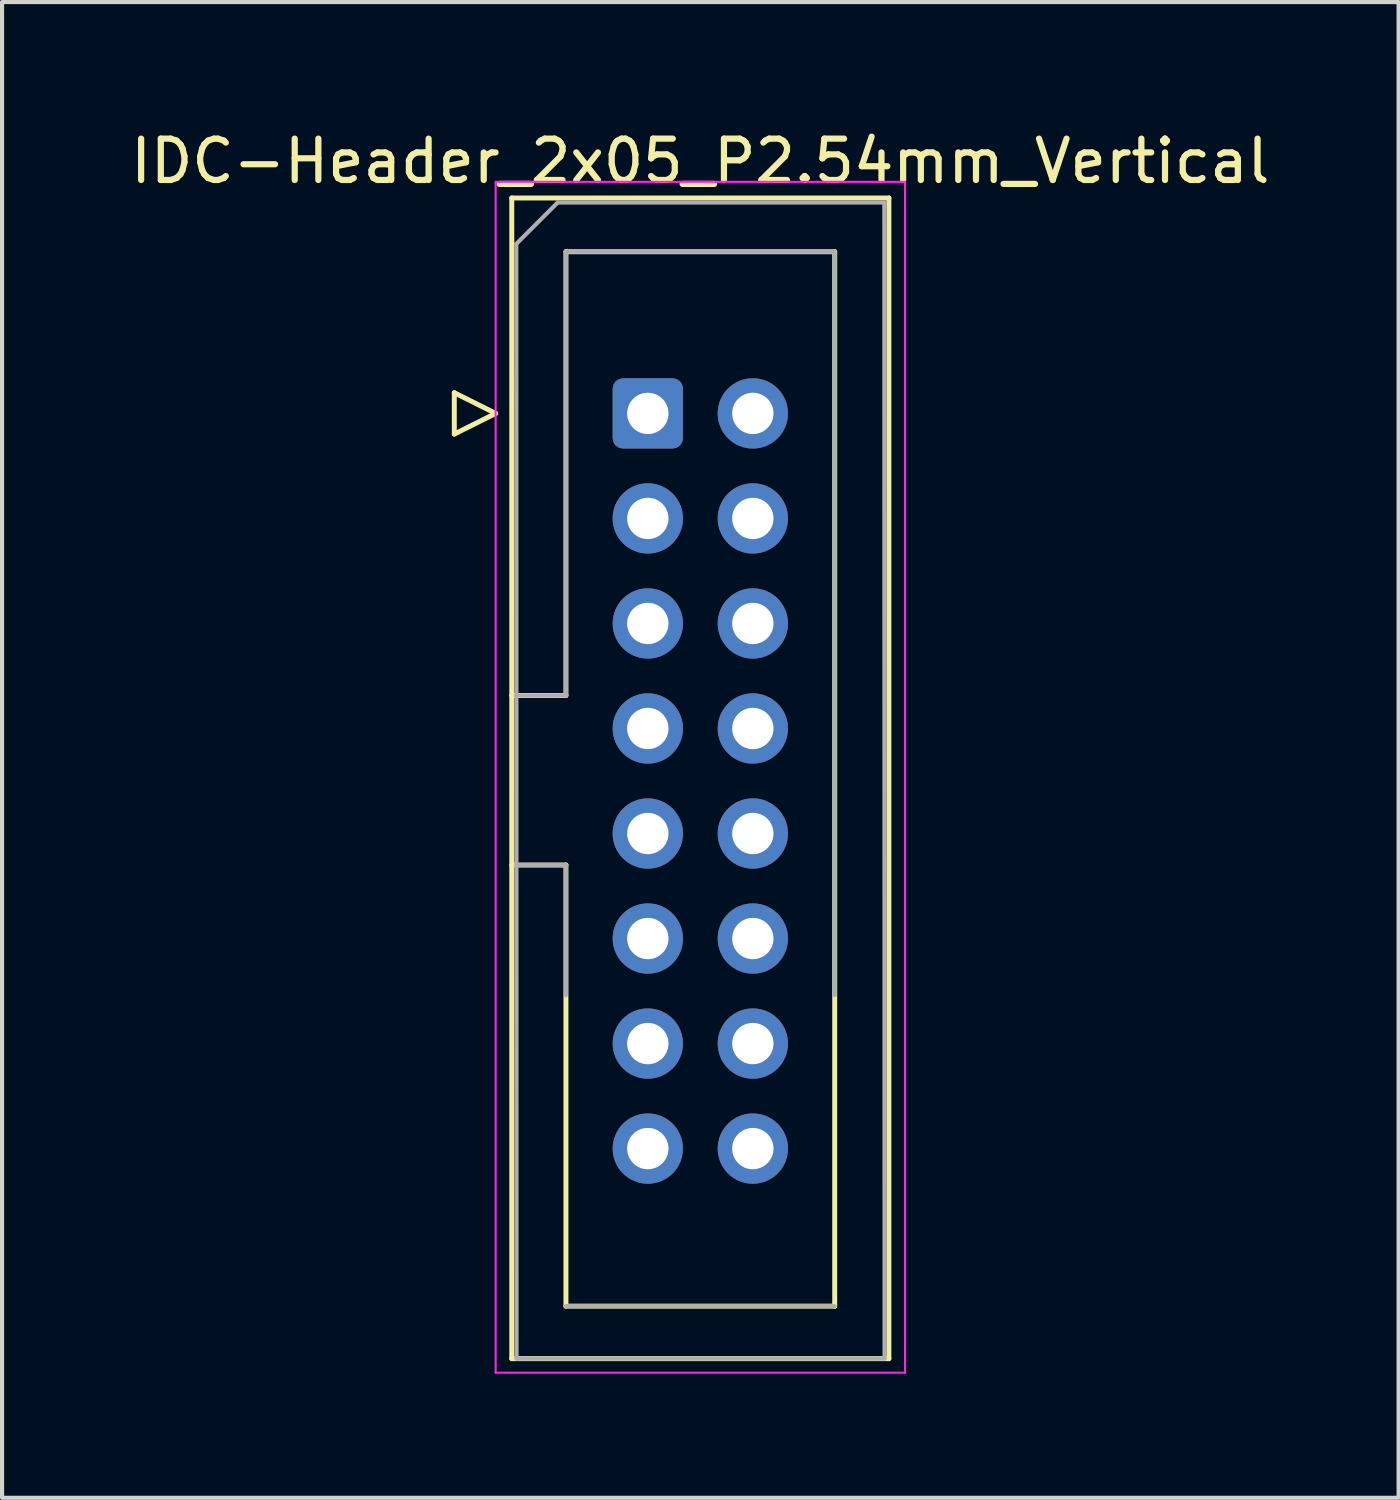
<source format=kicad_pcb>
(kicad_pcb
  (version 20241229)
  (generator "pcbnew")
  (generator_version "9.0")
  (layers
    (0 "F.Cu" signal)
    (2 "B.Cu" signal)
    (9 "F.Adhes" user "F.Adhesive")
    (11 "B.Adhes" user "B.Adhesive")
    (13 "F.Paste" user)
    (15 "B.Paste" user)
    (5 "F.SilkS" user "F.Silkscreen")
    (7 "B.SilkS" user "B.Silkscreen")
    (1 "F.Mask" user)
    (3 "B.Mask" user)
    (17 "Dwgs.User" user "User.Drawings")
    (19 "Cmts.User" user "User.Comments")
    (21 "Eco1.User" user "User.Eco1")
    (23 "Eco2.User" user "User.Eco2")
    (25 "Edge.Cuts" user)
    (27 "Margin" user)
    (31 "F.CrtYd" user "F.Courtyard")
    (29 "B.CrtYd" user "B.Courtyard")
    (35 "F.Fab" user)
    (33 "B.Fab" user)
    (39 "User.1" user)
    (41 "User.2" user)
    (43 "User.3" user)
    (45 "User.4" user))
  (footprint "IDC-Header_2x05_P2.54mm_Vertical"
    (layer "F.Cu")
    (at 12.617 6.948)
    (property "Reference" "IDC-Header_2x05_P2.54mm_Vertical" (at 1.27 -6.1 180) (layer "F.SilkS") (effects (font (size 1 1) (thickness 0.15))))
    (attr through_hole)
    (fp_line (start -4.68 -0.5) (end -4.68 0.5) (stroke (width 0.12) (type solid)) (layer "F.SilkS"))
    (fp_line (start -4.68 0.5) (end -3.68 0) (stroke (width 0.12) (type solid)) (layer "F.SilkS"))
    (fp_line (start -3.68 0) (end -4.68 -0.5) (stroke (width 0.12) (type solid)) (layer "F.SilkS"))
    (fp_line (start -3.29 -5.21) (end 5.83 -5.21) (stroke (width 0.12) (type solid)) (layer "F.SilkS"))
    (fp_line (start -3.29 6.822) (end -1.98 6.822) (stroke (width 0.12) (type solid)) (layer "F.SilkS"))
    (fp_line (start -3.29 22.86) (end -3.29 -5.21) (stroke (width 0.12) (type solid)) (layer "F.SilkS"))
    (fp_line (start -1.98 -3.91) (end 4.52 -3.91) (stroke (width 0.12) (type solid)) (layer "F.SilkS"))
    (fp_line (start -1.98 6.822) (end -1.98 -3.91) (stroke (width 0.12) (type solid)) (layer "F.SilkS"))
    (fp_line (start -1.98 10.922) (end -3.29 10.922) (stroke (width 0.12) (type solid)) (layer "F.SilkS"))
    (fp_line (start -1.98 21.59) (end -1.98 10.922) (stroke (width 0.12) (type solid)) (layer "F.SilkS"))
    (fp_line (start 4.52 -3.91) (end 4.52 21.59) (stroke (width 0.12) (type solid)) (layer "F.SilkS"))
    (fp_line (start 4.52 21.59) (end -1.98 21.59) (stroke (width 0.12) (type solid)) (layer "F.SilkS"))
    (fp_line (start 5.83 -5.21) (end 5.83 22.86) (stroke (width 0.12) (type solid)) (layer "F.SilkS"))
    (fp_line (start 5.83 22.86) (end -3.29 22.86) (stroke (width 0.12) (type solid)) (layer "F.SilkS"))
    (fp_line (start -3.68 -5.6) (end -3.68 23.2) (stroke (width 0.05) (type solid)) (layer "F.CrtYd"))
    (fp_line (start 6.22 -5.6) (end -3.68 -5.6) (stroke (width 0.05) (type solid)) (layer "F.CrtYd"))
    (fp_line (start 6.22 23.2) (end -3.68 23.2) (stroke (width 0.05) (type solid)) (layer "F.CrtYd"))
    (fp_line (start 6.22 23.2) (end 6.22 -5.6) (stroke (width 0.05) (type solid)) (layer "F.CrtYd"))
    (fp_line (start -3.18 -4.1) (end -2.18 -5.1) (stroke (width 0.1) (type solid)) (layer "F.Fab"))
    (fp_line (start -3.18 6.822) (end -1.98 6.822) (stroke (width 0.1) (type solid)) (layer "F.Fab"))
    (fp_line (start -3.175 22.86) (end -3.18 -4.1) (stroke (width 0.1) (type solid)) (layer "F.Fab"))
    (fp_line (start -2.18 -5.1) (end 5.72 -5.1) (stroke (width 0.1) (type solid)) (layer "F.Fab"))
    (fp_line (start -1.98 -3.91) (end 4.52 -3.91) (stroke (width 0.1) (type solid)) (layer "F.Fab"))
    (fp_line (start -1.98 6.822) (end -1.98 -3.91) (stroke (width 0.1) (type solid)) (layer "F.Fab"))
    (fp_line (start -1.98 10.922) (end -3.18 10.922) (stroke (width 0.1) (type solid)) (layer "F.Fab"))
    (fp_line (start -1.98 14.07) (end -1.98 10.922) (stroke (width 0.1) (type solid)) (layer "F.Fab"))
    (fp_line (start 4.52 -3.91) (end 4.52 14.07) (stroke (width 0.1) (type solid)) (layer "F.Fab"))
    (fp_line (start 4.52 21.59) (end -1.98 21.59) (stroke (width 0.1) (type solid)) (layer "F.Fab"))
    (fp_line (start 5.72 -5.1) (end 5.725 22.86) (stroke (width 0.1) (type solid)) (layer "F.Fab"))
    (fp_line (start 5.725 22.86) (end -3.175 22.86) (stroke (width 0.1) (type solid)) (layer "F.Fab"))
    (pad "1" thru_hole roundrect (at 0 0) (size 1.7 1.7) (drill 1) (layers "*.Cu" "*.Mask") (roundrect_rratio 0.147))
    (pad "2" thru_hole circle (at 2.54 0) (size 1.7 1.7) (drill 1) (layers "*.Cu" "*.Mask"))
    (pad "3" thru_hole circle (at 0 2.54) (size 1.7 1.7) (drill 1) (layers "*.Cu" "*.Mask"))
    (pad "4" thru_hole circle (at 2.54 2.54) (size 1.7 1.7) (drill 1) (layers "*.Cu" "*.Mask"))
    (pad "5" thru_hole circle (at 0 5.08) (size 1.7 1.7) (drill 1) (layers "*.Cu" "*.Mask"))
    (pad "6" thru_hole circle (at 2.54 5.08) (size 1.7 1.7) (drill 1) (layers "*.Cu" "*.Mask"))
    (pad "7" thru_hole circle (at 0 7.62) (size 1.7 1.7) (drill 1) (layers "*.Cu" "*.Mask"))
    (pad "8" thru_hole circle (at 2.54 7.62) (size 1.7 1.7) (drill 1) (layers "*.Cu" "*.Mask"))
    (pad "9" thru_hole circle (at 0 10.16) (size 1.7 1.7) (drill 1) (layers "*.Cu" "*.Mask"))
    (pad "10" thru_hole circle (at 2.54 10.16) (size 1.7 1.7) (drill 1) (layers "*.Cu" "*.Mask"))
    (pad "11" thru_hole circle (at 0 12.7) (size 1.7 1.7) (drill 1) (layers "*.Cu" "*.Mask"))
    (pad "12" thru_hole circle (at 2.54 12.7) (size 1.7 1.7) (drill 1) (layers "*.Cu" "*.Mask"))
    (pad "13" thru_hole circle (at 0 15.24) (size 1.7 1.7) (drill 1) (layers "*.Cu" "*.Mask"))
    (pad "14" thru_hole circle (at 2.54 15.24) (size 1.7 1.7) (drill 1) (layers "*.Cu" "*.Mask"))
    (pad "15" thru_hole circle (at 0 17.78) (size 1.7 1.7) (drill 1) (layers "*.Cu" "*.Mask"))
    (pad "16" thru_hole circle (at 2.54 17.78) (size 1.7 1.7) (drill 1) (layers "*.Cu" "*.Mask")))
  (gr_rect
    (start -3 -3)
    (end 30.774 33.173)
    (stroke (width 0.1) (type default))
    (fill no)
    (layer "Edge.Cuts")))
</source>
